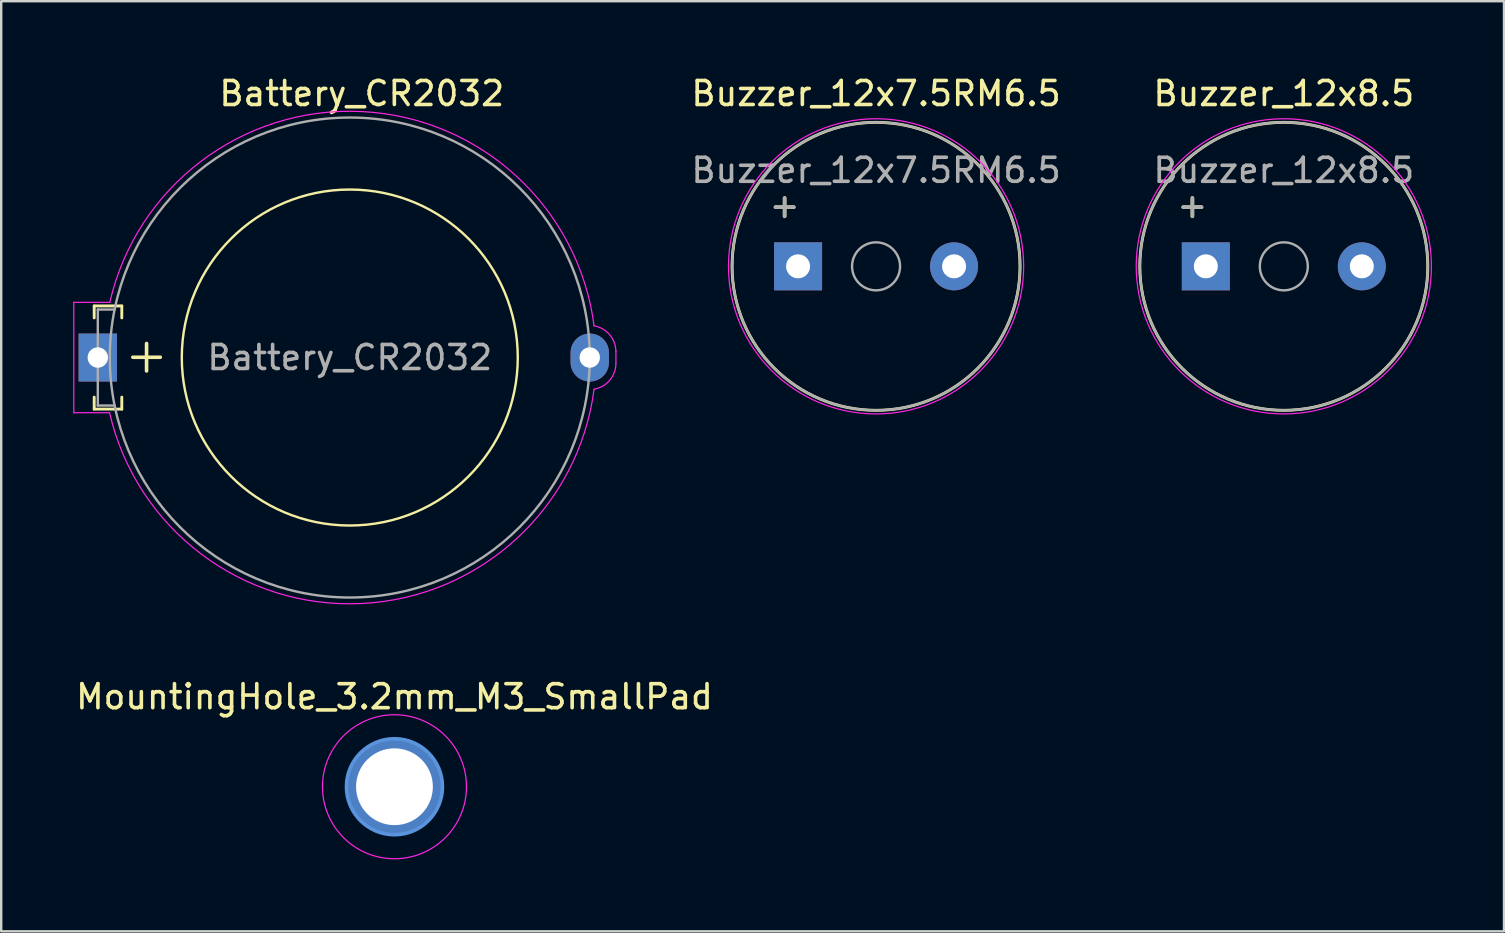
<source format=kicad_pcb>
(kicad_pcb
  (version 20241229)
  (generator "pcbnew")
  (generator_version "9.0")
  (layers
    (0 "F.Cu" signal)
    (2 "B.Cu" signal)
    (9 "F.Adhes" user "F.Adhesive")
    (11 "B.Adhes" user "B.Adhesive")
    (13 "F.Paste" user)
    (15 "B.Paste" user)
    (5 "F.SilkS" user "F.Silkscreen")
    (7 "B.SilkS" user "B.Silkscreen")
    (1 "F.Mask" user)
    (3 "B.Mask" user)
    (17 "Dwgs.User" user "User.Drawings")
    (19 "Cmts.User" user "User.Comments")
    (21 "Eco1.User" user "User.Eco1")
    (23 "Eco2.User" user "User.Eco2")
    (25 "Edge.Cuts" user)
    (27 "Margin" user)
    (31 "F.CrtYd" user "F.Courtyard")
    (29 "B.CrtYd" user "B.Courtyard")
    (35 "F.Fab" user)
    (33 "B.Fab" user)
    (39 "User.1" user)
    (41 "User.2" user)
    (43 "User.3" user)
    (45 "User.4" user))
  (footprint "Buzzer_12x7.5RM6.5"
    (layer "F.Cu")
    (at 29.655 8.048)
    (property "Reference" "Buzzer_12x7.5RM6.5" (at 3.8 -7.2 0) (layer "F.SilkS") (effects (font (size 1 1) (thickness 0.15))))
    (attr through_hole)
    (fp_circle (center 3.8 0) (end 9.8 0) (stroke (width 0.12) (type solid)) (fill no) (layer "F.SilkS"))
    (fp_circle (center 3.8 0) (end 9.95 0) (stroke (width 0.05) (type solid)) (fill no) (layer "F.CrtYd"))
    (fp_circle (center 3.8 0) (end 4.8 0) (stroke (width 0.1) (type solid)) (fill no) (layer "F.Fab"))
    (fp_circle (center 3.8 0) (end 9.8 0) (stroke (width 0.1) (type solid)) (fill no) (layer "F.Fab"))
    (fp_text user "+" (at -0.01 -2.54 0) (layer "F.SilkS") (effects (font (size 1 1) (thickness 0.15))))
    (fp_text user "${REFERENCE}" (at 3.8 -4 0) (layer "F.Fab") (effects (font (size 1 1) (thickness 0.15))))
    (fp_text user "+" (at -0.01 -2.54 0) (layer "F.Fab") (effects (font (size 1 1) (thickness 0.15))))
    (pad "1" thru_hole rect (at 0.55 0) (size 2 2) (drill 1) (layers "*.Cu" "*.Mask"))
    (pad "2" thru_hole circle (at 7.05 0) (size 2 2) (drill 1) (layers "*.Cu" "*.Mask")))
  (footprint "Battery_CR2032"
    (layer "F.Cu")
    (at 1.025 11.848)
    (property "Reference" "Battery_CR2032" (at 11 -11 0) (layer "F.SilkS") (effects (font (size 1 1) (thickness 0.15))))
    (attr through_hole)
    (fp_line (start -0.15 -2.15) (end -0.15 -1.65) (stroke (width 0.12) (type default)) (layer "F.SilkS"))
    (fp_line (start -0.15 -2.15) (end 1 -2.15) (stroke (width 0.12) (type default)) (layer "F.SilkS"))
    (fp_line (start -0.15 2.15) (end -0.15 1.65) (stroke (width 0.12) (type default)) (layer "F.SilkS"))
    (fp_line (start -0.15 2.15) (end 1 2.15) (stroke (width 0.12) (type default)) (layer "F.SilkS"))
    (fp_line (start 1 -2.15) (end 1 -1.65) (stroke (width 0.12) (type default)) (layer "F.SilkS"))
    (fp_line (start 1 2.15) (end 1 1.65) (stroke (width 0.12) (type default)) (layer "F.SilkS"))
    (fp_circle (center 10.5 0) (end 17.5 0) (stroke (width 0.1) (type default)) (fill no) (layer "F.SilkS"))
    (fp_line (start -1 -2.3) (end 0.5 -2.3) (stroke (width 0.05) (type default)) (layer "F.CrtYd"))
    (fp_line (start -1 2.3) (end -1 -2.3) (stroke (width 0.05) (type default)) (layer "F.CrtYd"))
    (fp_line (start -1 2.3) (end 0.49 2.3) (stroke (width 0.05) (type default)) (layer "F.CrtYd"))
    (fp_line (start 21.59 -0.25) (end 21.59 0.25) (stroke (width 0.05) (type default)) (layer "F.CrtYd"))
    (fp_arc (start 0.5 -2.3) (mid 10.99 -10.25) (end 20.68 -1.32) (stroke (width 0.05) (type default)) (layer "F.CrtYd"))
    (fp_arc (start 20.68 -1.32) (mid 21.33 -0.95) (end 21.59 -0.25) (stroke (width 0.05) (type default)) (layer "F.CrtYd"))
    (fp_arc (start 20.68 1.32) (mid 10.99 10.25) (end 0.49 2.3) (stroke (width 0.05) (type default)) (layer "F.CrtYd"))
    (fp_arc (start 21.59 0.25) (mid 21.33 0.95) (end 20.68 1.32) (stroke (width 0.05) (type default)) (layer "F.CrtYd"))
    (fp_line (start 0 -2) (end 0.7 -2) (stroke (width 0.1) (type default)) (layer "F.Fab"))
    (fp_line (start 0 2) (end 0 -2) (stroke (width 0.1) (type default)) (layer "F.Fab"))
    (fp_line (start 0 2) (end 0.7 2) (stroke (width 0.1) (type default)) (layer "F.Fab"))
    (fp_circle (center 10.5 0) (end 20.5 0) (stroke (width 0.1) (type default)) (fill no) (layer "F.Fab"))
    (fp_text user "+" (at 2.032 -0.127 0) (layer "F.SilkS") (effects (font (size 1.5 1.5) (thickness 0.15))))
    (fp_text user "${REFERENCE}" (at 10.5 0 0) (layer "F.Fab") (effects (font (size 1 1) (thickness 0.15))))
    (pad "1" thru_hole rect (at 0 0) (size 1.6 2) (drill 0.85) (layers "*.Cu" "*.Mask"))
    (pad "2" thru_hole oval (at 20.5 0) (size 1.6 2) (drill 0.85) (layers "*.Cu" "*.Mask")))
  (footprint "MountingHole_3.2mm_M3_SmallPad"
    (layer "F.Cu")
    (at 13.387 29.733)
    (property "Reference" "MountingHole_3.2mm_M3_SmallPad" (at 0 -3.75 0) (layer "F.SilkS") (effects (font (size 1 1) (thickness 0.15))))
    (attr exclude_from_pos_files exclude_from_bom)
    (fp_circle (center 0 0) (end 2 0) (stroke (width 0.15) (type solid)) (fill no) (layer "Cmts.User"))
    (fp_circle (center 0 0) (end 3 0) (stroke (width 0.05) (type solid)) (fill no) (layer "F.CrtYd"))
    (pad "1" thru_hole circle (at 0 0) (size 4 4) (drill 3.2) (layers "*.Cu" "*.Mask")))
  (footprint "Buzzer_12x8.5"
    (layer "F.Cu")
    (at 46.646 8.048)
    (property "Reference" "Buzzer_12x8.5" (at 3.8 -7.2 0) (layer "F.SilkS") (effects (font (size 1 1) (thickness 0.15))))
    (attr through_hole)
    (fp_circle (center 3.8 0) (end 9.8 0) (stroke (width 0.12) (type solid)) (fill no) (layer "F.SilkS"))
    (fp_circle (center 3.8 0) (end 9.95 0) (stroke (width 0.05) (type solid)) (fill no) (layer "F.CrtYd"))
    (fp_circle (center 3.8 0) (end 4.8 0) (stroke (width 0.1) (type solid)) (fill no) (layer "F.Fab"))
    (fp_circle (center 3.8 0) (end 9.8 0) (stroke (width 0.1) (type solid)) (fill no) (layer "F.Fab"))
    (fp_text user "+" (at -0.01 -2.54 0) (layer "F.SilkS") (effects (font (size 1 1) (thickness 0.15))))
    (fp_text user "${REFERENCE}" (at 3.8 -4 0) (layer "F.Fab") (effects (font (size 1 1) (thickness 0.15))))
    (fp_text user "+" (at -0.01 -2.54 0) (layer "F.Fab") (effects (font (size 1 1) (thickness 0.15))))
    (pad "1" thru_hole rect (at 0.55 0) (size 2 2) (drill 1) (layers "*.Cu" "*.Mask"))
    (pad "2" thru_hole circle (at 7.05 0) (size 2 2) (drill 1) (layers "*.Cu" "*.Mask")))
  (gr_rect
    (start -3 -3)
    (end 59.621 35.758)
    (stroke (width 0.1) (type default))
    (fill no)
    (layer "Edge.Cuts")))
</source>
